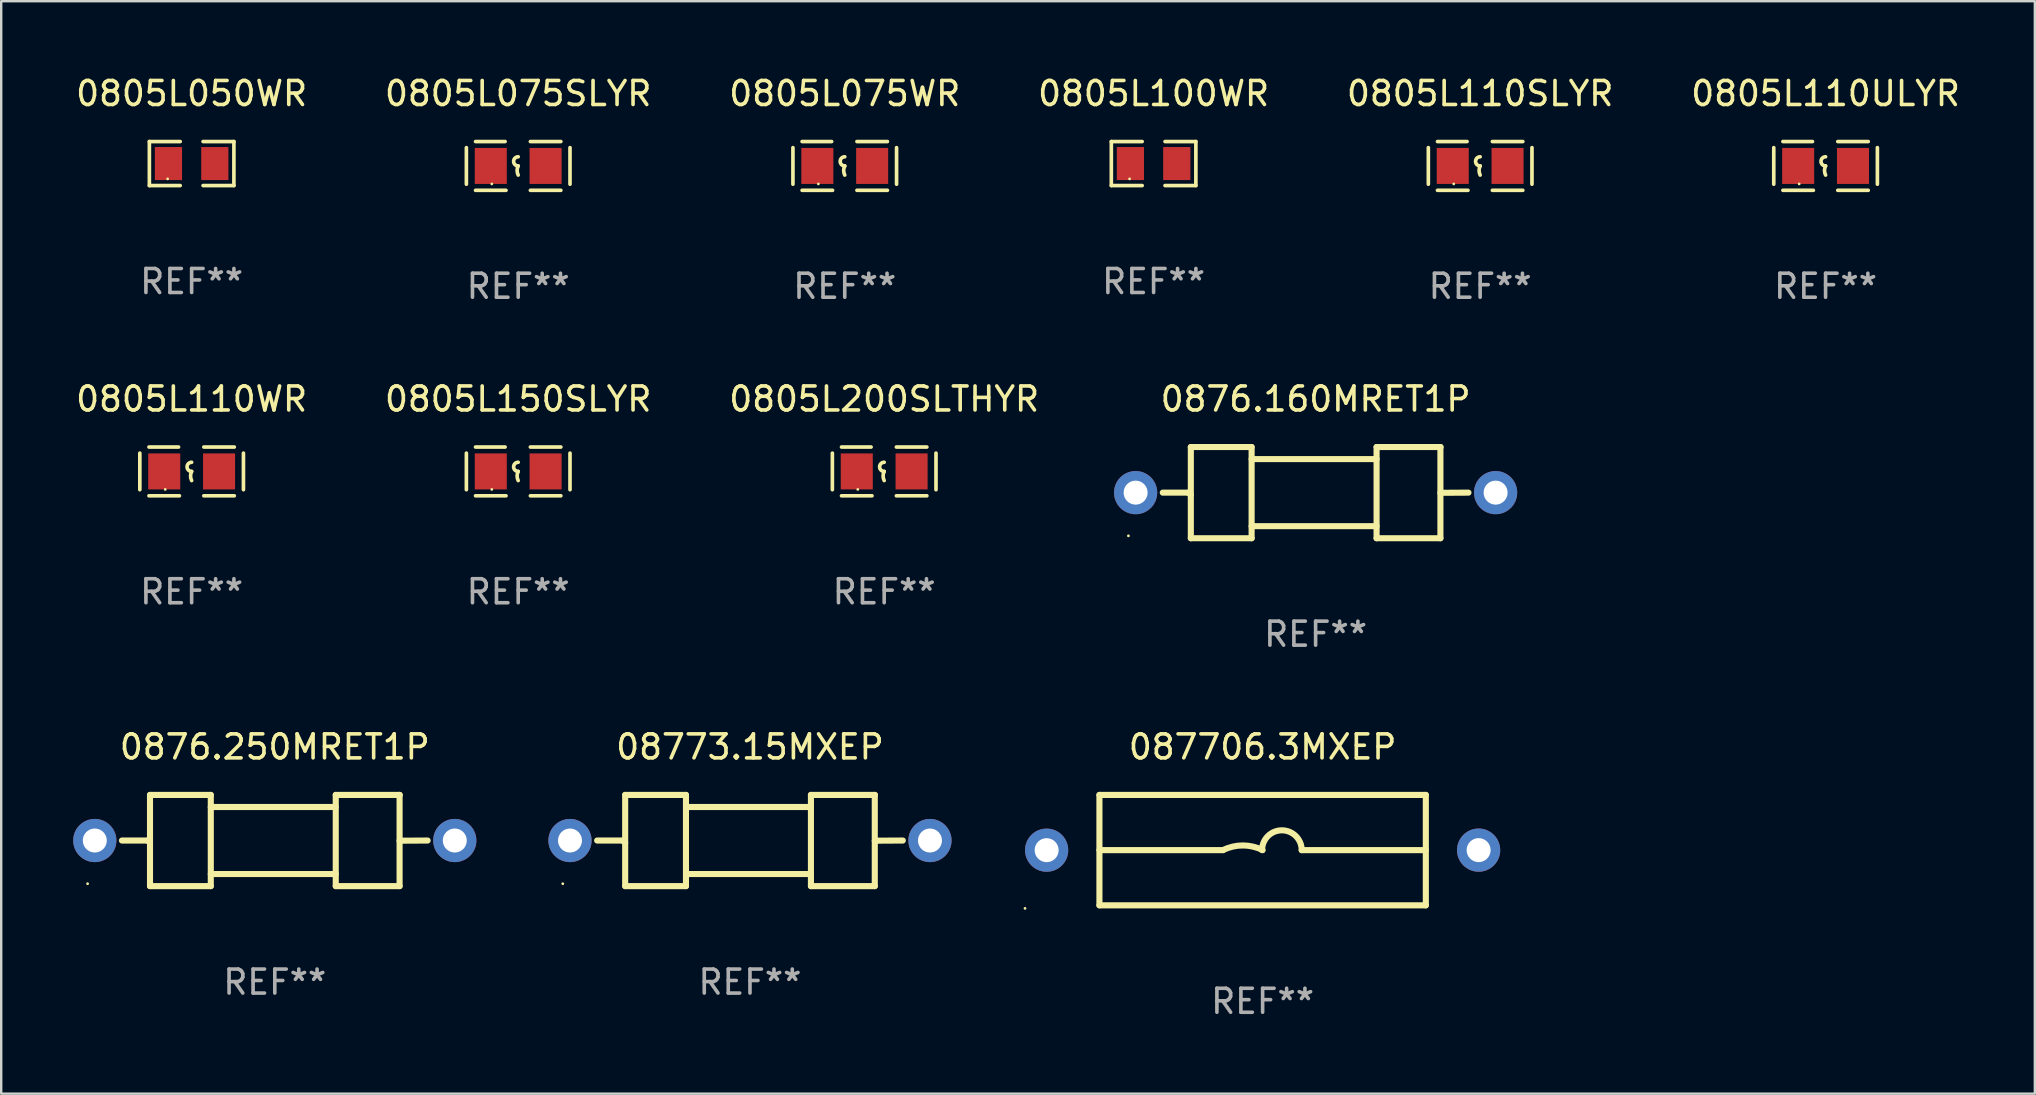
<source format=kicad_pcb>
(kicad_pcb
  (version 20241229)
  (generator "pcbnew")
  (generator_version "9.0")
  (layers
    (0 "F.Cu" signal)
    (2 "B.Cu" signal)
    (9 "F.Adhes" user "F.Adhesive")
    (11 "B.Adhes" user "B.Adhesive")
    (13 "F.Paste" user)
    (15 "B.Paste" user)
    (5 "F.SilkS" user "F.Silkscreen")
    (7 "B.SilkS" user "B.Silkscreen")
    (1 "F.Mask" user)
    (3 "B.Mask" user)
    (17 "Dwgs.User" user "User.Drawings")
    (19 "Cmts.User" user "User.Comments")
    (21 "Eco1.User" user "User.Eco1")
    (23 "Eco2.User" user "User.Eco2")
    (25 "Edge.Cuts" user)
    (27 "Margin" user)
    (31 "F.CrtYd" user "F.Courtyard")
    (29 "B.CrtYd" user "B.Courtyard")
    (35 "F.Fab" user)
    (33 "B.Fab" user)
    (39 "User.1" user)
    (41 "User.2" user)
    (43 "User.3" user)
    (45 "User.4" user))
  (footprint "087706.3MXEP"
    (layer "F.Cu")
    (at 49.561 32.373)
    (property "Reference" "087706.3MXEP" (at 0 -4.3 0) (layer "F.SilkS") (effects (font (size 1 1) (thickness 0.15))))
    (attr through_hole)
    (fp_line (start -6.8 -2.3) (end -6.8 2.3) (stroke (width 0.254) (type solid)) (layer "F.SilkS"))
    (fp_line (start -6.8 -2.3) (end 6.8 -2.3) (stroke (width 0.254) (type solid)) (layer "F.SilkS"))
    (fp_line (start -6.8 2.3) (end 6.8 2.3) (stroke (width 0.254) (type solid)) (layer "F.SilkS"))
    (fp_line (start -1.651 0) (end -6.8 0) (stroke (width 0.254) (type solid)) (layer "F.SilkS"))
    (fp_line (start 1.628 0) (end 6.8 0) (stroke (width 0.254) (type solid)) (layer "F.SilkS"))
    (fp_line (start 6.8 -2.3) (end 6.8 2.3) (stroke (width 0.254) (type solid)) (layer "F.SilkS"))
    (fp_arc (start -1.651003 0) (mid -0.825502 -0.194874) (end 0 0) (stroke (width 0.254001) (type solid)) (layer "F.SilkS"))
    (fp_arc (start -0.023013 0) (mid 0.802489 -0.825502) (end 1.627991 0) (stroke (width 0.254001) (type solid)) (layer "F.SilkS"))
    (fp_circle (center -9.9 2.427) (end -9.87 2.427) (stroke (width 0.06) (type solid)) (fill no) (layer "F.SilkS"))
    (fp_text user "REF**" (at 0 6.3 0) (layer "F.Fab") (effects (font (size 1 1) (thickness 0.15))))
    (pad "1" thru_hole circle (at -9 0.002) (size 1.8 1.8) (drill 1) (layers "*.Cu" "*.Mask"))
    (pad "2" thru_hole circle (at 9 0) (size 1.8 1.8) (drill 1) (layers "*.Cu" "*.Mask")))
  (footprint "0805L110SLYR"
    (layer "F.Cu")
    (at 58.625 3.864)
    (property "Reference" "0805L110SLYR" (at 0 -3.016 0) (layer "F.SilkS") (effects (font (size 1 1) (thickness 0.15))))
    (attr through_hole)
    (fp_line (start -2.159 -0.762) (end -2.159 0.762) (stroke (width 0.152) (type solid)) (layer "F.SilkS"))
    (fp_line (start -1.778 -1.016) (end -0.545 -1.016) (stroke (width 0.152) (type solid)) (layer "F.SilkS"))
    (fp_line (start -0.508 1.016) (end -1.778 1.016) (stroke (width 0.152) (type solid)) (layer "F.SilkS"))
    (fp_line (start 0.508 1.016) (end 1.778 1.016) (stroke (width 0.152) (type solid)) (layer "F.SilkS"))
    (fp_line (start 1.778 -1.016) (end 0.508 -1.016) (stroke (width 0.152) (type solid)) (layer "F.SilkS"))
    (fp_line (start 2.159 -0.762) (end 2.159 0.762) (stroke (width 0.152) (type solid)) (layer "F.SilkS"))
    (fp_arc (start 0 0) (mid -0.1905 -0.1905) (end 0 -0.381) (stroke (width 0.151994) (type solid)) (layer "F.SilkS"))
    (fp_arc (start 0 0.381001) (mid -0.044971 0.1905) (end 0 0) (stroke (width 0.151994) (type solid)) (layer "F.SilkS"))
    (fp_circle (center -1.1 0.75) (end -1.07 0.75) (stroke (width 0.06) (type solid)) (fill no) (layer "F.SilkS"))
    (fp_text user "REF**" (at 0 5.016 0) (layer "F.Fab") (effects (font (size 1 1) (thickness 0.15))))
    (pad "1" smd rect (at -1.142 0) (size 1.335 1.5) (layers "F.Cu" "F.Mask" "F.Paste"))
    (pad "2" smd rect (at 1.142 0) (size 1.335 1.5) (layers "F.Cu" "F.Mask" "F.Paste")))
  (footprint "0805L100WR"
    (layer "F.Cu")
    (at 45.018 3.765)
    (property "Reference" "0805L100WR" (at 0 -2.917 0) (layer "F.SilkS") (effects (font (size 1 1) (thickness 0.15))))
    (attr through_hole)
    (fp_line (start -1.761 -0.917) (end -0.476 -0.917) (stroke (width 0.152) (type solid)) (layer "F.SilkS"))
    (fp_line (start -1.761 0.917) (end -1.761 -0.917) (stroke (width 0.152) (type solid)) (layer "F.SilkS"))
    (fp_line (start -0.476 0.917) (end -1.761 0.917) (stroke (width 0.152) (type solid)) (layer "F.SilkS"))
    (fp_line (start 0.476 0.917) (end 1.761 0.917) (stroke (width 0.152) (type solid)) (layer "F.SilkS"))
    (fp_line (start 1.761 -0.917) (end 0.476 -0.917) (stroke (width 0.152) (type solid)) (layer "F.SilkS"))
    (fp_line (start 1.761 0.917) (end 1.761 -0.917) (stroke (width 0.152) (type solid)) (layer "F.SilkS"))
    (fp_circle (center -1 0.638) (end -0.97 0.638) (stroke (width 0.06) (type solid)) (fill no) (layer "F.SilkS"))
    (fp_text user "REF**" (at 0 4.917 0) (layer "F.Fab") (effects (font (size 1 1) (thickness 0.15))))
    (pad "1" smd rect (at -0.966 0) (size 1.133 1.377) (layers "F.Cu" "F.Mask" "F.Paste"))
    (pad "2" smd rect (at 0.966 0) (size 1.133 1.377) (layers "F.Cu" "F.Mask" "F.Paste")))
  (footprint "0876.160MRET1P"
    (layer "F.Cu")
    (at 51.769 17.477)
    (property "Reference" "0876.160MRET1P" (at 0 -3.9 0) (layer "F.SilkS") (effects (font (size 1 1) (thickness 0.15))))
    (attr through_hole)
    (fp_line (start -6.369 -0.000013) (end -5.295 -0.000013) (stroke (width 0.254) (type solid)) (layer "F.SilkS"))
    (fp_line (start -5.295 -0.000013) (end -5.2 0.095) (stroke (width 0.254) (type solid)) (layer "F.SilkS"))
    (fp_line (start -5.2 -1.9) (end -5.2 1.9) (stroke (width 0.254) (type solid)) (layer "F.SilkS"))
    (fp_line (start -5.2 -1.9) (end -2.667 -1.9) (stroke (width 0.254) (type solid)) (layer "F.SilkS"))
    (fp_line (start -5.2 1.9) (end -2.667 1.9) (stroke (width 0.254) (type solid)) (layer "F.SilkS"))
    (fp_line (start -2.667 -1.9) (end -2.667 1.9) (stroke (width 0.254) (type solid)) (layer "F.SilkS"))
    (fp_line (start -2.667 -1.397) (end 2.54 -1.397) (stroke (width 0.254) (type solid)) (layer "F.SilkS"))
    (fp_line (start -2.667 1.397) (end 2.54 1.397) (stroke (width 0.254) (type solid)) (layer "F.SilkS"))
    (fp_line (start 2.54 -1.9) (end 2.54 1.9) (stroke (width 0.254) (type solid)) (layer "F.SilkS"))
    (fp_line (start 2.54 -1.9) (end 5.207 -1.9) (stroke (width 0.254) (type solid)) (layer "F.SilkS"))
    (fp_line (start 2.54 1.9) (end 5.2 1.9) (stroke (width 0.254) (type solid)) (layer "F.SilkS"))
    (fp_line (start 5.2 -1.9) (end 5.2 1.9) (stroke (width 0.254) (type solid)) (layer "F.SilkS"))
    (fp_line (start 6.369 -0.000013) (end 5.2 0.007) (stroke (width 0.254) (type solid)) (layer "F.SilkS"))
    (fp_circle (center -7.8 1.8) (end -7.77 1.8) (stroke (width 0.06) (type solid)) (fill no) (layer "F.SilkS"))
    (fp_text user "REF**" (at 0 5.9 0) (layer "F.Fab") (effects (font (size 1 1) (thickness 0.15))))
    (pad "1" thru_hole circle (at -7.5 -0.000013) (size 1.8 1.8) (drill 1) (layers "*.Cu" "*.Mask"))
    (pad "2" thru_hole circle (at 7.5 -0.000013) (size 1.8 1.8) (drill 1) (layers "*.Cu" "*.Mask")))
  (footprint "0876.250MRET1P"
    (layer "F.Cu")
    (at 8.4 31.973)
    (property "Reference" "0876.250MRET1P" (at 0 -3.9 0) (layer "F.SilkS") (effects (font (size 1 1) (thickness 0.15))))
    (attr through_hole)
    (fp_line (start -6.369 -0.000013) (end -5.295 -0.000013) (stroke (width 0.254) (type solid)) (layer "F.SilkS"))
    (fp_line (start -5.295 -0.000013) (end -5.2 0.095) (stroke (width 0.254) (type solid)) (layer "F.SilkS"))
    (fp_line (start -5.2 -1.9) (end -5.2 1.9) (stroke (width 0.254) (type solid)) (layer "F.SilkS"))
    (fp_line (start -5.2 -1.9) (end -2.667 -1.9) (stroke (width 0.254) (type solid)) (layer "F.SilkS"))
    (fp_line (start -5.2 1.9) (end -2.667 1.9) (stroke (width 0.254) (type solid)) (layer "F.SilkS"))
    (fp_line (start -2.667 -1.9) (end -2.667 1.9) (stroke (width 0.254) (type solid)) (layer "F.SilkS"))
    (fp_line (start -2.667 -1.397) (end 2.54 -1.397) (stroke (width 0.254) (type solid)) (layer "F.SilkS"))
    (fp_line (start -2.667 1.397) (end 2.54 1.397) (stroke (width 0.254) (type solid)) (layer "F.SilkS"))
    (fp_line (start 2.54 -1.9) (end 2.54 1.9) (stroke (width 0.254) (type solid)) (layer "F.SilkS"))
    (fp_line (start 2.54 -1.9) (end 5.207 -1.9) (stroke (width 0.254) (type solid)) (layer "F.SilkS"))
    (fp_line (start 2.54 1.9) (end 5.2 1.9) (stroke (width 0.254) (type solid)) (layer "F.SilkS"))
    (fp_line (start 5.2 -1.9) (end 5.2 1.9) (stroke (width 0.254) (type solid)) (layer "F.SilkS"))
    (fp_line (start 6.369 -0.000013) (end 5.2 0.007) (stroke (width 0.254) (type solid)) (layer "F.SilkS"))
    (fp_circle (center -7.8 1.8) (end -7.77 1.8) (stroke (width 0.06) (type solid)) (fill no) (layer "F.SilkS"))
    (fp_text user "REF**" (at 0 5.9 0) (layer "F.Fab") (effects (font (size 1 1) (thickness 0.15))))
    (pad "1" thru_hole circle (at -7.5 -0.000013) (size 1.8 1.8) (drill 1) (layers "*.Cu" "*.Mask"))
    (pad "2" thru_hole circle (at 7.5 -0.000013) (size 1.8 1.8) (drill 1) (layers "*.Cu" "*.Mask")))
  (footprint "08773.15MXEP"
    (layer "F.Cu")
    (at 28.2 31.973)
    (property "Reference" "08773.15MXEP" (at 0 -3.9 0) (layer "F.SilkS") (effects (font (size 1 1) (thickness 0.15))))
    (attr through_hole)
    (fp_line (start -6.369 -0.000013) (end -5.295 -0.000013) (stroke (width 0.254) (type solid)) (layer "F.SilkS"))
    (fp_line (start -5.295 -0.000013) (end -5.2 0.095) (stroke (width 0.254) (type solid)) (layer "F.SilkS"))
    (fp_line (start -5.2 -1.9) (end -5.2 1.9) (stroke (width 0.254) (type solid)) (layer "F.SilkS"))
    (fp_line (start -5.2 -1.9) (end -2.667 -1.9) (stroke (width 0.254) (type solid)) (layer "F.SilkS"))
    (fp_line (start -5.2 1.9) (end -2.667 1.9) (stroke (width 0.254) (type solid)) (layer "F.SilkS"))
    (fp_line (start -2.667 -1.9) (end -2.667 1.9) (stroke (width 0.254) (type solid)) (layer "F.SilkS"))
    (fp_line (start -2.667 -1.397) (end 2.54 -1.397) (stroke (width 0.254) (type solid)) (layer "F.SilkS"))
    (fp_line (start -2.667 1.397) (end 2.54 1.397) (stroke (width 0.254) (type solid)) (layer "F.SilkS"))
    (fp_line (start 2.54 -1.9) (end 2.54 1.9) (stroke (width 0.254) (type solid)) (layer "F.SilkS"))
    (fp_line (start 2.54 -1.9) (end 5.207 -1.9) (stroke (width 0.254) (type solid)) (layer "F.SilkS"))
    (fp_line (start 2.54 1.9) (end 5.2 1.9) (stroke (width 0.254) (type solid)) (layer "F.SilkS"))
    (fp_line (start 5.2 -1.9) (end 5.2 1.9) (stroke (width 0.254) (type solid)) (layer "F.SilkS"))
    (fp_line (start 6.369 -0.000013) (end 5.2 0.007) (stroke (width 0.254) (type solid)) (layer "F.SilkS"))
    (fp_circle (center -7.8 1.8) (end -7.77 1.8) (stroke (width 0.06) (type solid)) (fill no) (layer "F.SilkS"))
    (fp_text user "REF**" (at 0 5.9 0) (layer "F.Fab") (effects (font (size 1 1) (thickness 0.15))))
    (pad "1" thru_hole circle (at -7.5 -0.000013) (size 1.8 1.8) (drill 1) (layers "*.Cu" "*.Mask"))
    (pad "2" thru_hole circle (at 7.5 -0.000013) (size 1.8 1.8) (drill 1) (layers "*.Cu" "*.Mask")))
  (footprint "0805L075SLYR"
    (layer "F.Cu")
    (at 18.542 3.864)
    (property "Reference" "0805L075SLYR" (at 0 -3.016 0) (layer "F.SilkS") (effects (font (size 1 1) (thickness 0.15))))
    (attr through_hole)
    (fp_line (start -2.159 -0.762) (end -2.159 0.762) (stroke (width 0.152) (type solid)) (layer "F.SilkS"))
    (fp_line (start -1.778 -1.016) (end -0.545 -1.016) (stroke (width 0.152) (type solid)) (layer "F.SilkS"))
    (fp_line (start -0.508 1.016) (end -1.778 1.016) (stroke (width 0.152) (type solid)) (layer "F.SilkS"))
    (fp_line (start 0.508 1.016) (end 1.778 1.016) (stroke (width 0.152) (type solid)) (layer "F.SilkS"))
    (fp_line (start 1.778 -1.016) (end 0.508 -1.016) (stroke (width 0.152) (type solid)) (layer "F.SilkS"))
    (fp_line (start 2.159 -0.762) (end 2.159 0.762) (stroke (width 0.152) (type solid)) (layer "F.SilkS"))
    (fp_arc (start 0 0) (mid -0.1905 -0.1905) (end 0 -0.381) (stroke (width 0.151994) (type solid)) (layer "F.SilkS"))
    (fp_arc (start 0 0.381001) (mid -0.044971 0.1905) (end 0 0) (stroke (width 0.151994) (type solid)) (layer "F.SilkS"))
    (fp_circle (center -1.1 0.75) (end -1.07 0.75) (stroke (width 0.06) (type solid)) (fill no) (layer "F.SilkS"))
    (fp_text user "REF**" (at 0 5.016 0) (layer "F.Fab") (effects (font (size 1 1) (thickness 0.15))))
    (pad "1" smd rect (at -1.142 0) (size 1.335 1.5) (layers "F.Cu" "F.Mask" "F.Paste"))
    (pad "2" smd rect (at 1.142 0) (size 1.335 1.5) (layers "F.Cu" "F.Mask" "F.Paste")))
  (footprint "0805L050WR"
    (layer "F.Cu")
    (at 4.935 3.765)
    (property "Reference" "0805L050WR" (at 0 -2.917 0) (layer "F.SilkS") (effects (font (size 1 1) (thickness 0.15))))
    (attr through_hole)
    (fp_line (start -1.761 -0.917) (end -0.476 -0.917) (stroke (width 0.152) (type solid)) (layer "F.SilkS"))
    (fp_line (start -1.761 0.917) (end -1.761 -0.917) (stroke (width 0.152) (type solid)) (layer "F.SilkS"))
    (fp_line (start -0.476 0.917) (end -1.761 0.917) (stroke (width 0.152) (type solid)) (layer "F.SilkS"))
    (fp_line (start 0.476 0.917) (end 1.761 0.917) (stroke (width 0.152) (type solid)) (layer "F.SilkS"))
    (fp_line (start 1.761 -0.917) (end 0.476 -0.917) (stroke (width 0.152) (type solid)) (layer "F.SilkS"))
    (fp_line (start 1.761 0.917) (end 1.761 -0.917) (stroke (width 0.152) (type solid)) (layer "F.SilkS"))
    (fp_circle (center -1 0.638) (end -0.97 0.638) (stroke (width 0.06) (type solid)) (fill no) (layer "F.SilkS"))
    (fp_text user "REF**" (at 0 4.917 0) (layer "F.Fab") (effects (font (size 1 1) (thickness 0.15))))
    (pad "1" smd rect (at -0.966 0) (size 1.133 1.377) (layers "F.Cu" "F.Mask" "F.Paste"))
    (pad "2" smd rect (at 0.966 0) (size 1.133 1.377) (layers "F.Cu" "F.Mask" "F.Paste")))
  (footprint "0805L150SLYR"
    (layer "F.Cu")
    (at 18.542 16.593)
    (property "Reference" "0805L150SLYR" (at 0 -3.016 0) (layer "F.SilkS") (effects (font (size 1 1) (thickness 0.15))))
    (attr through_hole)
    (fp_line (start -2.159 -0.762) (end -2.159 0.762) (stroke (width 0.152) (type solid)) (layer "F.SilkS"))
    (fp_line (start -1.778 -1.016) (end -0.545 -1.016) (stroke (width 0.152) (type solid)) (layer "F.SilkS"))
    (fp_line (start -0.508 1.016) (end -1.778 1.016) (stroke (width 0.152) (type solid)) (layer "F.SilkS"))
    (fp_line (start 0.508 1.016) (end 1.778 1.016) (stroke (width 0.152) (type solid)) (layer "F.SilkS"))
    (fp_line (start 1.778 -1.016) (end 0.508 -1.016) (stroke (width 0.152) (type solid)) (layer "F.SilkS"))
    (fp_line (start 2.159 -0.762) (end 2.159 0.762) (stroke (width 0.152) (type solid)) (layer "F.SilkS"))
    (fp_arc (start 0 0) (mid -0.1905 -0.1905) (end 0 -0.381) (stroke (width 0.151994) (type solid)) (layer "F.SilkS"))
    (fp_arc (start 0 0.381001) (mid -0.044971 0.1905) (end 0 0) (stroke (width 0.151994) (type solid)) (layer "F.SilkS"))
    (fp_circle (center -1.1 0.75) (end -1.07 0.75) (stroke (width 0.06) (type solid)) (fill no) (layer "F.SilkS"))
    (fp_text user "REF**" (at 0 5.016 0) (layer "F.Fab") (effects (font (size 1 1) (thickness 0.15))))
    (pad "1" smd rect (at -1.142 0) (size 1.335 1.5) (layers "F.Cu" "F.Mask" "F.Paste"))
    (pad "2" smd rect (at 1.142 0) (size 1.335 1.5) (layers "F.Cu" "F.Mask" "F.Paste")))
  (footprint "0805L075WR"
    (layer "F.Cu")
    (at 32.149 3.864)
    (property "Reference" "0805L075WR" (at 0 -3.016 0) (layer "F.SilkS") (effects (font (size 1 1) (thickness 0.15))))
    (attr through_hole)
    (fp_line (start -2.159 -0.762) (end -2.159 0.762) (stroke (width 0.152) (type solid)) (layer "F.SilkS"))
    (fp_line (start -1.778 -1.016) (end -0.545 -1.016) (stroke (width 0.152) (type solid)) (layer "F.SilkS"))
    (fp_line (start -0.508 1.016) (end -1.778 1.016) (stroke (width 0.152) (type solid)) (layer "F.SilkS"))
    (fp_line (start 0.508 1.016) (end 1.778 1.016) (stroke (width 0.152) (type solid)) (layer "F.SilkS"))
    (fp_line (start 1.778 -1.016) (end 0.508 -1.016) (stroke (width 0.152) (type solid)) (layer "F.SilkS"))
    (fp_line (start 2.159 -0.762) (end 2.159 0.762) (stroke (width 0.152) (type solid)) (layer "F.SilkS"))
    (fp_arc (start 0 0) (mid -0.1905 -0.1905) (end 0 -0.381) (stroke (width 0.151994) (type solid)) (layer "F.SilkS"))
    (fp_arc (start 0 0.381001) (mid -0.044971 0.1905) (end 0 0) (stroke (width 0.151994) (type solid)) (layer "F.SilkS"))
    (fp_circle (center -1.1 0.75) (end -1.07 0.75) (stroke (width 0.06) (type solid)) (fill no) (layer "F.SilkS"))
    (fp_text user "REF**" (at 0 5.016 0) (layer "F.Fab") (effects (font (size 1 1) (thickness 0.15))))
    (pad "1" smd rect (at -1.142 0) (size 1.335 1.5) (layers "F.Cu" "F.Mask" "F.Paste"))
    (pad "2" smd rect (at 1.142 0) (size 1.335 1.5) (layers "F.Cu" "F.Mask" "F.Paste")))
  (footprint "0805L110WR"
    (layer "F.Cu")
    (at 4.935 16.593)
    (property "Reference" "0805L110WR" (at 0 -3.016 0) (layer "F.SilkS") (effects (font (size 1 1) (thickness 0.15))))
    (attr through_hole)
    (fp_line (start -2.159 -0.762) (end -2.159 0.762) (stroke (width 0.152) (type solid)) (layer "F.SilkS"))
    (fp_line (start -1.778 -1.016) (end -0.545 -1.016) (stroke (width 0.152) (type solid)) (layer "F.SilkS"))
    (fp_line (start -0.508 1.016) (end -1.778 1.016) (stroke (width 0.152) (type solid)) (layer "F.SilkS"))
    (fp_line (start 0.508 1.016) (end 1.778 1.016) (stroke (width 0.152) (type solid)) (layer "F.SilkS"))
    (fp_line (start 1.778 -1.016) (end 0.508 -1.016) (stroke (width 0.152) (type solid)) (layer "F.SilkS"))
    (fp_line (start 2.159 -0.762) (end 2.159 0.762) (stroke (width 0.152) (type solid)) (layer "F.SilkS"))
    (fp_arc (start 0 0) (mid -0.1905 -0.1905) (end 0 -0.381) (stroke (width 0.151994) (type solid)) (layer "F.SilkS"))
    (fp_arc (start 0 0.381001) (mid -0.044971 0.1905) (end 0 0) (stroke (width 0.151994) (type solid)) (layer "F.SilkS"))
    (fp_circle (center -1.1 0.75) (end -1.07 0.75) (stroke (width 0.06) (type solid)) (fill no) (layer "F.SilkS"))
    (fp_text user "REF**" (at 0 5.016 0) (layer "F.Fab") (effects (font (size 1 1) (thickness 0.15))))
    (pad "1" smd rect (at -1.142 0) (size 1.335 1.5) (layers "F.Cu" "F.Mask" "F.Paste"))
    (pad "2" smd rect (at 1.142 0) (size 1.335 1.5) (layers "F.Cu" "F.Mask" "F.Paste")))
  (footprint "0805L200SLTHYR"
    (layer "F.Cu")
    (at 33.792 16.593)
    (property "Reference" "0805L200SLTHYR" (at 0 -3.016 0) (layer "F.SilkS") (effects (font (size 1 1) (thickness 0.15))))
    (attr through_hole)
    (fp_line (start -2.159 -0.762) (end -2.159 0.762) (stroke (width 0.152) (type solid)) (layer "F.SilkS"))
    (fp_line (start -1.778 -1.016) (end -0.545 -1.016) (stroke (width 0.152) (type solid)) (layer "F.SilkS"))
    (fp_line (start -0.508 1.016) (end -1.778 1.016) (stroke (width 0.152) (type solid)) (layer "F.SilkS"))
    (fp_line (start 0.508 1.016) (end 1.778 1.016) (stroke (width 0.152) (type solid)) (layer "F.SilkS"))
    (fp_line (start 1.778 -1.016) (end 0.508 -1.016) (stroke (width 0.152) (type solid)) (layer "F.SilkS"))
    (fp_line (start 2.159 -0.762) (end 2.159 0.762) (stroke (width 0.152) (type solid)) (layer "F.SilkS"))
    (fp_arc (start 0 0) (mid -0.1905 -0.1905) (end 0 -0.381) (stroke (width 0.151994) (type solid)) (layer "F.SilkS"))
    (fp_arc (start 0 0.381001) (mid -0.044971 0.1905) (end 0 0) (stroke (width 0.151994) (type solid)) (layer "F.SilkS"))
    (fp_circle (center -1.1 0.75) (end -1.07 0.75) (stroke (width 0.06) (type solid)) (fill no) (layer "F.SilkS"))
    (fp_text user "REF**" (at 0 5.016 0) (layer "F.Fab") (effects (font (size 1 1) (thickness 0.15))))
    (pad "1" smd rect (at -1.142 0) (size 1.335 1.5) (layers "F.Cu" "F.Mask" "F.Paste"))
    (pad "2" smd rect (at 1.142 0) (size 1.335 1.5) (layers "F.Cu" "F.Mask" "F.Paste")))
  (footprint "0805L110ULYR"
    (layer "F.Cu")
    (at 73.018 3.864)
    (property "Reference" "0805L110ULYR" (at 0 -3.016 0) (layer "F.SilkS") (effects (font (size 1 1) (thickness 0.15))))
    (attr through_hole)
    (fp_line (start -2.159 -0.762) (end -2.159 0.762) (stroke (width 0.152) (type solid)) (layer "F.SilkS"))
    (fp_line (start -1.778 -1.016) (end -0.545 -1.016) (stroke (width 0.152) (type solid)) (layer "F.SilkS"))
    (fp_line (start -0.508 1.016) (end -1.778 1.016) (stroke (width 0.152) (type solid)) (layer "F.SilkS"))
    (fp_line (start 0.508 1.016) (end 1.778 1.016) (stroke (width 0.152) (type solid)) (layer "F.SilkS"))
    (fp_line (start 1.778 -1.016) (end 0.508 -1.016) (stroke (width 0.152) (type solid)) (layer "F.SilkS"))
    (fp_line (start 2.159 -0.762) (end 2.159 0.762) (stroke (width 0.152) (type solid)) (layer "F.SilkS"))
    (fp_arc (start 0 0) (mid -0.1905 -0.1905) (end 0 -0.381) (stroke (width 0.151994) (type solid)) (layer "F.SilkS"))
    (fp_arc (start 0 0.381001) (mid -0.044971 0.1905) (end 0 0) (stroke (width 0.151994) (type solid)) (layer "F.SilkS"))
    (fp_circle (center -1.1 0.75) (end -1.07 0.75) (stroke (width 0.06) (type solid)) (fill no) (layer "F.SilkS"))
    (fp_text user "REF**" (at 0 5.016 0) (layer "F.Fab") (effects (font (size 1 1) (thickness 0.15))))
    (pad "1" smd rect (at -1.142 0) (size 1.335 1.5) (layers "F.Cu" "F.Mask" "F.Paste"))
    (pad "2" smd rect (at 1.142 0) (size 1.335 1.5) (layers "F.Cu" "F.Mask" "F.Paste")))
  (gr_rect
    (start -3 -3)
    (end 81.738 42.522)
    (stroke (width 0.1) (type default))
    (fill no)
    (layer "Edge.Cuts")))
</source>
